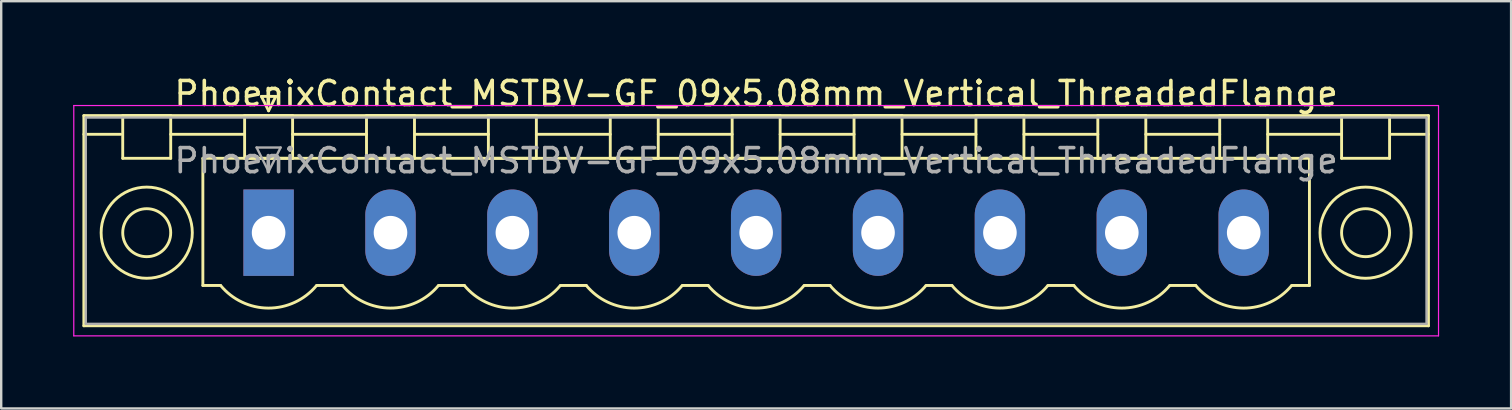
<source format=kicad_pcb>
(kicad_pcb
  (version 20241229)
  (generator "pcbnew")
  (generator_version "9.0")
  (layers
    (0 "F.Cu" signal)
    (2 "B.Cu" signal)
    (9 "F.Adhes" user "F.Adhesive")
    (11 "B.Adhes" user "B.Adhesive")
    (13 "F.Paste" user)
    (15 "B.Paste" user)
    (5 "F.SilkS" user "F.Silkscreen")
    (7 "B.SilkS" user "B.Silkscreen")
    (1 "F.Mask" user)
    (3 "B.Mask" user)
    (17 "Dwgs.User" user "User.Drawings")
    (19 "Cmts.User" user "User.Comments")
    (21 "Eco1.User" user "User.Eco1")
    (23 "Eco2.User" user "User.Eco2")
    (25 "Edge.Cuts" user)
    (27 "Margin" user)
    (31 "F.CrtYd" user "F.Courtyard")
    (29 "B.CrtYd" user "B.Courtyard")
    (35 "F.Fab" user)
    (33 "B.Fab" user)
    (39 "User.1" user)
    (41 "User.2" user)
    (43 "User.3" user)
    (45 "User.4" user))
  (footprint "PhoenixContact_MSTBV-GF_09x5.08mm_Vertical_ThreadedFlange"
    (layer "F.Cu")
    (at 8.145 6.648)
    (property "Reference" "PhoenixContact_MSTBV-GF_09x5.08mm_Vertical_ThreadedFlange" (at 20.32 -5.8 0) (layer "F.SilkS") (effects (font (size 1 1) (thickness 0.15))))
    (attr through_hole)
    (fp_line (start -7.7 -4.88) (end -7.7 3.88) (stroke (width 0.12) (type solid)) (layer "F.SilkS"))
    (fp_line (start -7.7 -4.1) (end -6.16 -4.1) (stroke (width 0.12) (type solid)) (layer "F.SilkS"))
    (fp_line (start -7.7 3.88) (end 48.34 3.88) (stroke (width 0.12) (type solid)) (layer "F.SilkS"))
    (fp_line (start -6.08 -4.88) (end -4.08 -4.88) (stroke (width 0.12) (type solid)) (layer "F.SilkS"))
    (fp_line (start -6.08 -3.1) (end -6.08 -4.88) (stroke (width 0.12) (type solid)) (layer "F.SilkS"))
    (fp_line (start -4.08 -4.88) (end -4.08 -3.1) (stroke (width 0.12) (type solid)) (layer "F.SilkS"))
    (fp_line (start -4.08 -4.1) (end -1 -4.1) (stroke (width 0.12) (type solid)) (layer "F.SilkS"))
    (fp_line (start -4.08 -3.1) (end -6.08 -3.1) (stroke (width 0.12) (type solid)) (layer "F.SilkS"))
    (fp_line (start -2.74 -3.1) (end 43.38 -3.1) (stroke (width 0.12) (type solid)) (layer "F.SilkS"))
    (fp_line (start -2.74 2.2) (end -2.74 -3.1) (stroke (width 0.12) (type solid)) (layer "F.SilkS"))
    (fp_line (start -2 2.2) (end -2.74 2.2) (stroke (width 0.12) (type solid)) (layer "F.SilkS"))
    (fp_line (start -1 -4.88) (end 1 -4.88) (stroke (width 0.12) (type solid)) (layer "F.SilkS"))
    (fp_line (start -1 -3.1) (end -1 -4.88) (stroke (width 0.12) (type solid)) (layer "F.SilkS"))
    (fp_line (start -0.3 -5.68) (end 0.3 -5.68) (stroke (width 0.12) (type solid)) (layer "F.SilkS"))
    (fp_line (start 0 -5.08) (end -0.3 -5.68) (stroke (width 0.12) (type solid)) (layer "F.SilkS"))
    (fp_line (start 0.3 -5.68) (end 0 -5.08) (stroke (width 0.12) (type solid)) (layer "F.SilkS"))
    (fp_line (start 1 -4.88) (end 1 -3.1) (stroke (width 0.12) (type solid)) (layer "F.SilkS"))
    (fp_line (start 1 -4.1) (end 4.08 -4.1) (stroke (width 0.12) (type solid)) (layer "F.SilkS"))
    (fp_line (start 1 -3.1) (end -1 -3.1) (stroke (width 0.12) (type solid)) (layer "F.SilkS"))
    (fp_line (start 2 2.2) (end 3.08 2.2) (stroke (width 0.12) (type solid)) (layer "F.SilkS"))
    (fp_line (start 4.08 -4.88) (end 6.08 -4.88) (stroke (width 0.12) (type solid)) (layer "F.SilkS"))
    (fp_line (start 4.08 -3.1) (end 4.08 -4.88) (stroke (width 0.12) (type solid)) (layer "F.SilkS"))
    (fp_line (start 6.08 -4.88) (end 6.08 -3.1) (stroke (width 0.12) (type solid)) (layer "F.SilkS"))
    (fp_line (start 6.08 -4.1) (end 9.16 -4.1) (stroke (width 0.12) (type solid)) (layer "F.SilkS"))
    (fp_line (start 6.08 -3.1) (end 4.08 -3.1) (stroke (width 0.12) (type solid)) (layer "F.SilkS"))
    (fp_line (start 7.08 2.2) (end 8.16 2.2) (stroke (width 0.12) (type solid)) (layer "F.SilkS"))
    (fp_line (start 9.16 -4.88) (end 11.16 -4.88) (stroke (width 0.12) (type solid)) (layer "F.SilkS"))
    (fp_line (start 9.16 -3.1) (end 9.16 -4.88) (stroke (width 0.12) (type solid)) (layer "F.SilkS"))
    (fp_line (start 11.16 -4.88) (end 11.16 -3.1) (stroke (width 0.12) (type solid)) (layer "F.SilkS"))
    (fp_line (start 11.16 -4.1) (end 14.24 -4.1) (stroke (width 0.12) (type solid)) (layer "F.SilkS"))
    (fp_line (start 11.16 -3.1) (end 9.16 -3.1) (stroke (width 0.12) (type solid)) (layer "F.SilkS"))
    (fp_line (start 12.16 2.2) (end 13.24 2.2) (stroke (width 0.12) (type solid)) (layer "F.SilkS"))
    (fp_line (start 14.24 -4.88) (end 16.24 -4.88) (stroke (width 0.12) (type solid)) (layer "F.SilkS"))
    (fp_line (start 14.24 -3.1) (end 14.24 -4.88) (stroke (width 0.12) (type solid)) (layer "F.SilkS"))
    (fp_line (start 16.24 -4.88) (end 16.24 -3.1) (stroke (width 0.12) (type solid)) (layer "F.SilkS"))
    (fp_line (start 16.24 -4.1) (end 19.32 -4.1) (stroke (width 0.12) (type solid)) (layer "F.SilkS"))
    (fp_line (start 16.24 -3.1) (end 14.24 -3.1) (stroke (width 0.12) (type solid)) (layer "F.SilkS"))
    (fp_line (start 17.24 2.2) (end 18.32 2.2) (stroke (width 0.12) (type solid)) (layer "F.SilkS"))
    (fp_line (start 19.32 -4.88) (end 21.32 -4.88) (stroke (width 0.12) (type solid)) (layer "F.SilkS"))
    (fp_line (start 19.32 -3.1) (end 19.32 -4.88) (stroke (width 0.12) (type solid)) (layer "F.SilkS"))
    (fp_line (start 21.32 -4.88) (end 21.32 -3.1) (stroke (width 0.12) (type solid)) (layer "F.SilkS"))
    (fp_line (start 21.32 -4.1) (end 24.4 -4.1) (stroke (width 0.12) (type solid)) (layer "F.SilkS"))
    (fp_line (start 21.32 -3.1) (end 19.32 -3.1) (stroke (width 0.12) (type solid)) (layer "F.SilkS"))
    (fp_line (start 22.32 2.2) (end 23.4 2.2) (stroke (width 0.12) (type solid)) (layer "F.SilkS"))
    (fp_line (start 24.4 -4.88) (end 26.4 -4.88) (stroke (width 0.12) (type solid)) (layer "F.SilkS"))
    (fp_line (start 24.4 -3.1) (end 24.4 -4.88) (stroke (width 0.12) (type solid)) (layer "F.SilkS"))
    (fp_line (start 26.4 -4.88) (end 26.4 -3.1) (stroke (width 0.12) (type solid)) (layer "F.SilkS"))
    (fp_line (start 26.4 -4.1) (end 29.48 -4.1) (stroke (width 0.12) (type solid)) (layer "F.SilkS"))
    (fp_line (start 26.4 -3.1) (end 24.4 -3.1) (stroke (width 0.12) (type solid)) (layer "F.SilkS"))
    (fp_line (start 27.4 2.2) (end 28.48 2.2) (stroke (width 0.12) (type solid)) (layer "F.SilkS"))
    (fp_line (start 29.48 -4.88) (end 31.48 -4.88) (stroke (width 0.12) (type solid)) (layer "F.SilkS"))
    (fp_line (start 29.48 -3.1) (end 29.48 -4.88) (stroke (width 0.12) (type solid)) (layer "F.SilkS"))
    (fp_line (start 31.48 -4.88) (end 31.48 -3.1) (stroke (width 0.12) (type solid)) (layer "F.SilkS"))
    (fp_line (start 31.48 -4.1) (end 34.56 -4.1) (stroke (width 0.12) (type solid)) (layer "F.SilkS"))
    (fp_line (start 31.48 -3.1) (end 29.48 -3.1) (stroke (width 0.12) (type solid)) (layer "F.SilkS"))
    (fp_line (start 32.48 2.2) (end 33.56 2.2) (stroke (width 0.12) (type solid)) (layer "F.SilkS"))
    (fp_line (start 34.56 -4.88) (end 36.56 -4.88) (stroke (width 0.12) (type solid)) (layer "F.SilkS"))
    (fp_line (start 34.56 -3.1) (end 34.56 -4.88) (stroke (width 0.12) (type solid)) (layer "F.SilkS"))
    (fp_line (start 36.56 -4.88) (end 36.56 -3.1) (stroke (width 0.12) (type solid)) (layer "F.SilkS"))
    (fp_line (start 36.56 -4.1) (end 39.64 -4.1) (stroke (width 0.12) (type solid)) (layer "F.SilkS"))
    (fp_line (start 36.56 -3.1) (end 34.56 -3.1) (stroke (width 0.12) (type solid)) (layer "F.SilkS"))
    (fp_line (start 37.56 2.2) (end 38.64 2.2) (stroke (width 0.12) (type solid)) (layer "F.SilkS"))
    (fp_line (start 39.64 -4.88) (end 41.64 -4.88) (stroke (width 0.12) (type solid)) (layer "F.SilkS"))
    (fp_line (start 39.64 -3.1) (end 39.64 -4.88) (stroke (width 0.12) (type solid)) (layer "F.SilkS"))
    (fp_line (start 41.64 -4.88) (end 41.64 -3.1) (stroke (width 0.12) (type solid)) (layer "F.SilkS"))
    (fp_line (start 41.64 -4.1) (end 44.72 -4.1) (stroke (width 0.12) (type solid)) (layer "F.SilkS"))
    (fp_line (start 41.64 -3.1) (end 39.64 -3.1) (stroke (width 0.12) (type solid)) (layer "F.SilkS"))
    (fp_line (start 43.38 -3.1) (end 43.38 2.2) (stroke (width 0.12) (type solid)) (layer "F.SilkS"))
    (fp_line (start 43.38 2.2) (end 42.64 2.2) (stroke (width 0.12) (type solid)) (layer "F.SilkS"))
    (fp_line (start 44.72 -4.88) (end 46.72 -4.88) (stroke (width 0.12) (type solid)) (layer "F.SilkS"))
    (fp_line (start 44.72 -3.1) (end 44.72 -4.88) (stroke (width 0.12) (type solid)) (layer "F.SilkS"))
    (fp_line (start 46.72 -4.88) (end 46.72 -3.1) (stroke (width 0.12) (type solid)) (layer "F.SilkS"))
    (fp_line (start 46.72 -3.1) (end 44.72 -3.1) (stroke (width 0.12) (type solid)) (layer "F.SilkS"))
    (fp_line (start 48.34 -4.88) (end -7.7 -4.88) (stroke (width 0.12) (type solid)) (layer "F.SilkS"))
    (fp_line (start 48.34 -4.1) (end 46.8 -4.1) (stroke (width 0.12) (type solid)) (layer "F.SilkS"))
    (fp_line (start 48.34 3.88) (end 48.34 -4.88) (stroke (width 0.12) (type solid)) (layer "F.SilkS"))
    (fp_arc (start 1.986842 2.215821) (mid -0.010289 3.142758) (end -2 2.2) (stroke (width 0.12) (type solid)) (layer "F.SilkS"))
    (fp_arc (start 7.066842 2.215821) (mid 5.069711 3.142758) (end 3.08 2.2) (stroke (width 0.12) (type solid)) (layer "F.SilkS"))
    (fp_arc (start 12.146842 2.215821) (mid 10.149711 3.142758) (end 8.16 2.2) (stroke (width 0.12) (type solid)) (layer "F.SilkS"))
    (fp_arc (start 17.226842 2.215821) (mid 15.229711 3.142758) (end 13.24 2.2) (stroke (width 0.12) (type solid)) (layer "F.SilkS"))
    (fp_arc (start 22.306842 2.215821) (mid 20.309711 3.142758) (end 18.32 2.2) (stroke (width 0.12) (type solid)) (layer "F.SilkS"))
    (fp_arc (start 27.386842 2.215821) (mid 25.389711 3.142758) (end 23.4 2.2) (stroke (width 0.12) (type solid)) (layer "F.SilkS"))
    (fp_arc (start 32.466842 2.215821) (mid 30.469711 3.142758) (end 28.48 2.2) (stroke (width 0.12) (type solid)) (layer "F.SilkS"))
    (fp_arc (start 37.546842 2.215821) (mid 35.549711 3.142758) (end 33.56 2.2) (stroke (width 0.12) (type solid)) (layer "F.SilkS"))
    (fp_arc (start 42.626842 2.215821) (mid 40.629711 3.142758) (end 38.64 2.2) (stroke (width 0.12) (type solid)) (layer "F.SilkS"))
    (fp_circle (center -5.08 0) (end -4.08 0) (stroke (width 0.12) (type solid)) (fill no) (layer "F.SilkS"))
    (fp_circle (center -5.08 0) (end -3.18 0) (stroke (width 0.12) (type solid)) (fill no) (layer "F.SilkS"))
    (fp_circle (center 45.72 0) (end 46.72 0) (stroke (width 0.12) (type solid)) (fill no) (layer "F.SilkS"))
    (fp_circle (center 45.72 0) (end 47.62 0) (stroke (width 0.12) (type solid)) (fill no) (layer "F.SilkS"))
    (fp_line (start -8.12 -5.3) (end -8.12 4.3) (stroke (width 0.05) (type solid)) (layer "F.CrtYd"))
    (fp_line (start -8.12 4.3) (end 48.76 4.3) (stroke (width 0.05) (type solid)) (layer "F.CrtYd"))
    (fp_line (start 48.76 -5.3) (end -8.12 -5.3) (stroke (width 0.05) (type solid)) (layer "F.CrtYd"))
    (fp_line (start 48.76 4.3) (end 48.76 -5.3) (stroke (width 0.05) (type solid)) (layer "F.CrtYd"))
    (fp_line (start -7.62 -4.8) (end -7.62 3.8) (stroke (width 0.1) (type solid)) (layer "F.Fab"))
    (fp_line (start -7.62 3.8) (end 48.26 3.8) (stroke (width 0.1) (type solid)) (layer "F.Fab"))
    (fp_line (start -0.5 -3.55) (end 0.5 -3.55) (stroke (width 0.1) (type solid)) (layer "F.Fab"))
    (fp_line (start 0 -2.55) (end -0.5 -3.55) (stroke (width 0.1) (type solid)) (layer "F.Fab"))
    (fp_line (start 0.5 -3.55) (end 0 -2.55) (stroke (width 0.1) (type solid)) (layer "F.Fab"))
    (fp_line (start 48.26 -4.8) (end -7.62 -4.8) (stroke (width 0.1) (type solid)) (layer "F.Fab"))
    (fp_line (start 48.26 3.8) (end 48.26 -4.8) (stroke (width 0.1) (type solid)) (layer "F.Fab"))
    (fp_text user "${REFERENCE}" (at 20.32 -3 0) (layer "F.Fab") (effects (font (size 1 1) (thickness 0.15))))
    (pad "1" thru_hole rect (at 0 0) (size 2.1 3.6) (drill 1.4) (layers "*.Cu" "*.Mask"))
    (pad "2" thru_hole oval (at 5.08 0) (size 2.1 3.6) (drill 1.4) (layers "*.Cu" "*.Mask"))
    (pad "3" thru_hole oval (at 10.16 0) (size 2.1 3.6) (drill 1.4) (layers "*.Cu" "*.Mask"))
    (pad "4" thru_hole oval (at 15.24 0) (size 2.1 3.6) (drill 1.4) (layers "*.Cu" "*.Mask"))
    (pad "5" thru_hole oval (at 20.32 0) (size 2.1 3.6) (drill 1.4) (layers "*.Cu" "*.Mask"))
    (pad "6" thru_hole oval (at 25.4 0) (size 2.1 3.6) (drill 1.4) (layers "*.Cu" "*.Mask"))
    (pad "7" thru_hole oval (at 30.48 0) (size 2.1 3.6) (drill 1.4) (layers "*.Cu" "*.Mask"))
    (pad "8" thru_hole oval (at 35.56 0) (size 2.1 3.6) (drill 1.4) (layers "*.Cu" "*.Mask"))
    (pad "9" thru_hole oval (at 40.64 0) (size 2.1 3.6) (drill 1.4) (layers "*.Cu" "*.Mask")))
  (gr_rect
    (start -3 -3)
    (end 59.93 13.973)
    (stroke (width 0.1) (type default))
    (fill no)
    (layer "Edge.Cuts")))
</source>
